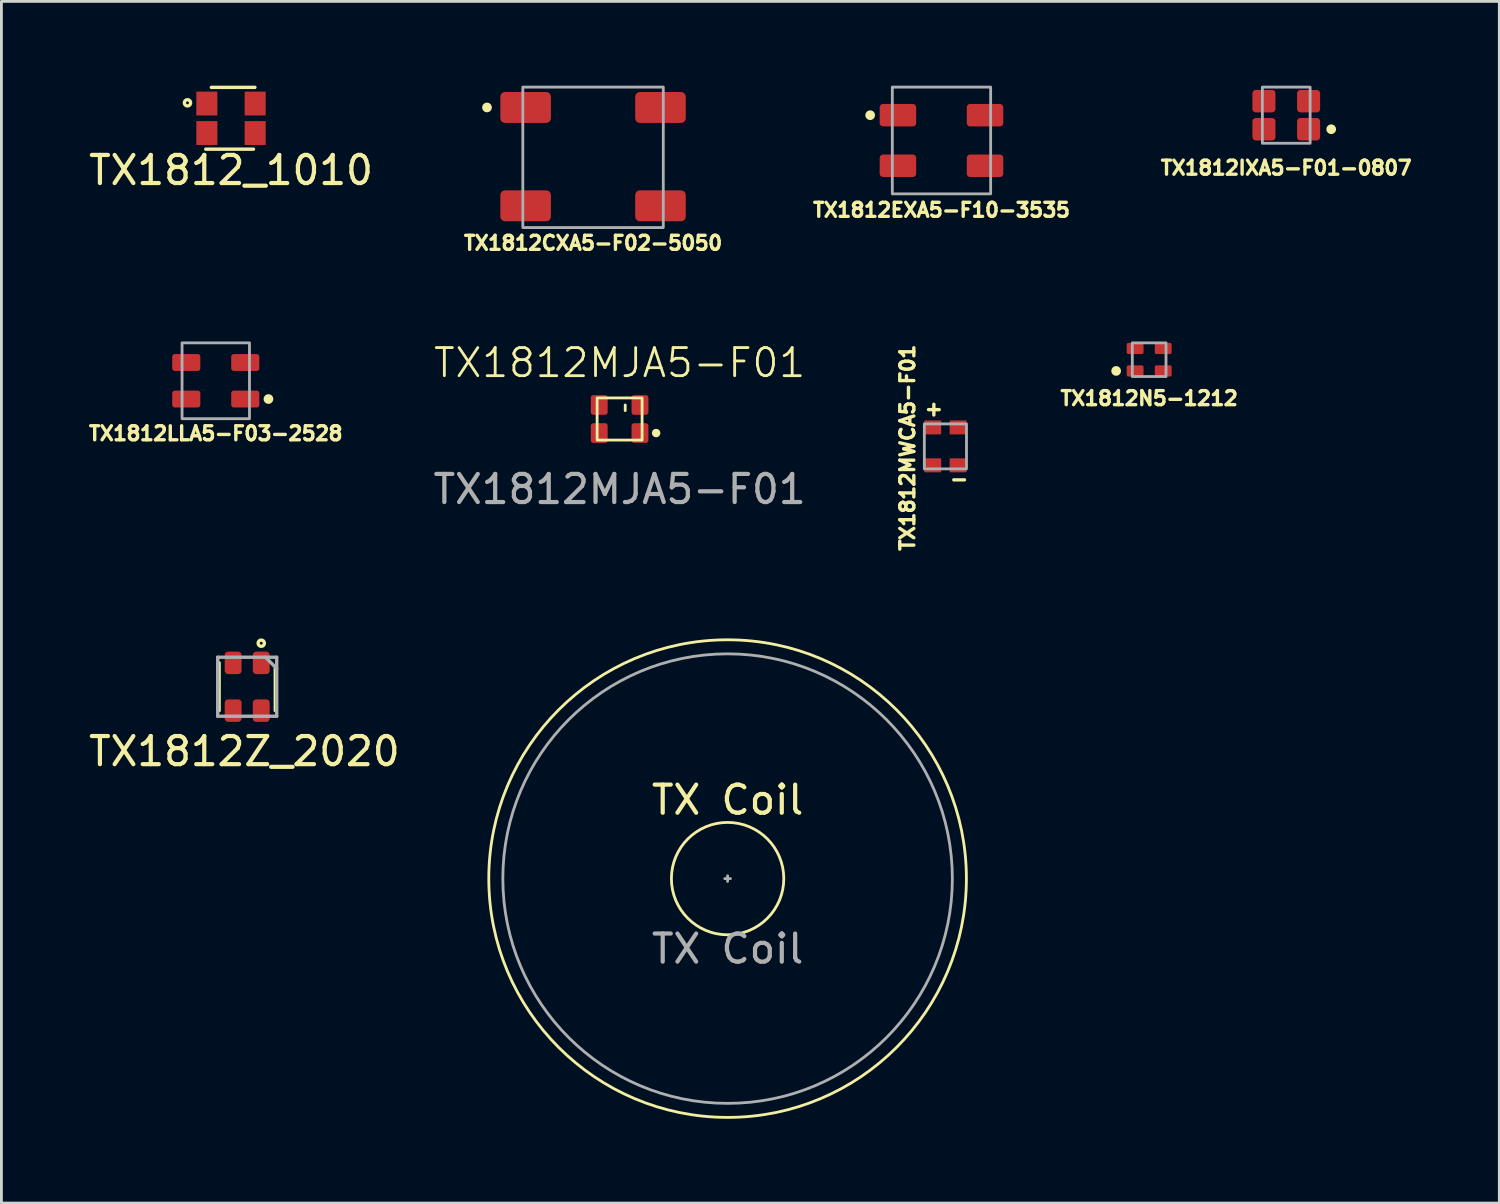
<source format=kicad_pcb>
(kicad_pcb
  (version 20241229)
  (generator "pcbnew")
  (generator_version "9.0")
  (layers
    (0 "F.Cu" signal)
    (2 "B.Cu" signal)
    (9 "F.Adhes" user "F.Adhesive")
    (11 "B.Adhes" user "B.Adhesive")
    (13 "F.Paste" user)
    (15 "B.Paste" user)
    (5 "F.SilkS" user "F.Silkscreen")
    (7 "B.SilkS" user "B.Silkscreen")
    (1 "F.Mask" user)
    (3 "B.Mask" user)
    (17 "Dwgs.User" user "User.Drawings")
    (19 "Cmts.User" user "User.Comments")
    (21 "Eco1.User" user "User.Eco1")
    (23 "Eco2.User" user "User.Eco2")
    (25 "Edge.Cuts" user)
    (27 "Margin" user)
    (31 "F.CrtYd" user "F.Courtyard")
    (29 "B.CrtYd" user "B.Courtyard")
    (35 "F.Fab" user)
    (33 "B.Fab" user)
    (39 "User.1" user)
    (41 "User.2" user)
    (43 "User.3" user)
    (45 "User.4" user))
  (footprint "TX1812_1010"
    (layer "F.Cu")
    (at 5.173 1.16)
    (property "Reference" "TX1812_1010" (at 0 1.85 0) (layer "F.SilkS") (effects (font (size 1 1) (thickness 0.15))))
    (attr through_hole)
    (fp_line (start -0.9 1.1) (end 0.8 1.1) (stroke (width 0.12) (type solid)) (layer "F.SilkS"))
    (fp_line (start -0.7 -1.1) (end 0.85 -1.1) (stroke (width 0.12) (type solid)) (layer "F.SilkS"))
    (fp_circle (center -1.55 -0.55) (end -1.45 -0.5) (stroke (width 0.12) (type solid)) (fill no) (layer "F.SilkS"))
    (pad "1" smd rect (at -0.86 -0.525) (size 0.75 0.85) (layers "F.Cu" "F.Mask" "F.Paste"))
    (pad "2" smd rect (at 0.86 -0.525) (size 0.75 0.85) (layers "F.Cu" "F.Mask" "F.Paste"))
    (pad "3" smd rect (at 0.86 0.525) (size 0.75 0.85) (layers "F.Cu" "F.Mask" "F.Paste"))
    (pad "4" smd rect (at -0.86 0.525) (size 0.75 0.85) (layers "F.Cu" "F.Mask" "F.Paste")))
  (footprint "TX1812CXA5-F02-5050"
    (layer "F.Cu")
    (at 18.059 2.525)
    (property "Reference" "TX1812CXA5-F02-5050" (at 0 3.075 0) (layer "F.SilkS") (effects (font (size 0.5 0.5) (thickness 0.12) (bold yes))))
    (attr through_hole)
    (fp_circle (center -3.775 -1.75) (end -3.663 -1.75) (stroke (width 0.12) (type solid)) (fill yes) (layer "F.SilkS"))
    (fp_rect (start -2.5 -2.475) (end 2.5 2.525) (stroke (width 0.1) (type default)) (fill no) (layer "F.Fab"))
    (pad "1" smd roundrect (at -2.4 -1.75) (size 1.8 1.1) (layers "F.Cu" "F.Mask" "F.Paste") (roundrect_rratio 0.15))
    (pad "2" smd roundrect (at -2.4 1.75) (size 1.8 1.1) (layers "F.Cu" "F.Mask" "F.Paste") (roundrect_rratio 0.15))
    (pad "3" smd roundrect (at 2.4 1.75) (size 1.8 1.1) (layers "F.Cu" "F.Mask" "F.Paste") (roundrect_rratio 0.15))
    (pad "4" smd roundrect (at 2.4 -1.75) (size 1.8 1.1) (layers "F.Cu" "F.Mask" "F.Paste") (roundrect_rratio 0.15)))
  (footprint "TX1812Z_2020"
    (layer "F.Cu")
    (at 5.749 21.394)
    (property "Reference" "TX1812Z_2020" (at -0.1 2.3 180) (layer "F.SilkS") (effects (font (size 1 1) (thickness 0.15))))
    (attr through_hole)
    (fp_line (start -1 0.85) (end -1 -0.85) (stroke (width 0.12) (type solid)) (layer "F.SilkS"))
    (fp_line (start 1 0.85) (end 1 -0.7) (stroke (width 0.12) (type solid)) (layer "F.SilkS"))
    (fp_circle (center 0.5 -1.55) (end 0.55 -1.65) (stroke (width 0.12) (type solid)) (fill no) (layer "F.SilkS"))
    (fp_line (start -1.05 -1.05) (end -1.05 0) (stroke (width 0.12) (type solid)) (layer "F.Fab"))
    (fp_line (start -1.05 0) (end -1.05 1.05) (stroke (width 0.12) (type solid)) (layer "F.Fab"))
    (fp_line (start -1.05 1.05) (end 1.05 1.05) (stroke (width 0.12) (type solid)) (layer "F.Fab"))
    (fp_line (start 0.65 -1.05) (end 1.05 -0.65) (stroke (width 0.12) (type solid)) (layer "F.Fab"))
    (fp_line (start 1.05 -1.05) (end -1.05 -1.05) (stroke (width 0.12) (type solid)) (layer "F.Fab"))
    (fp_line (start 1.05 1.05) (end 1.05 -1.05) (stroke (width 0.12) (type solid)) (layer "F.Fab"))
    (pad "1" smd roundrect (at 0.5 -0.85 90) (size 0.8 0.6) (layers "F.Cu" "F.Mask" "F.Paste") (roundrect_rratio 0.2))
    (pad "2" smd roundrect (at -0.5 -0.85 90) (size 0.8 0.6) (layers "F.Cu" "F.Mask" "F.Paste") (roundrect_rratio 0.2))
    (pad "3" smd roundrect (at -0.5 0.85 90) (size 0.8 0.6) (layers "F.Cu" "F.Mask" "F.Paste") (roundrect_rratio 0.2))
    (pad "4" smd roundrect (at 0.5 0.85 90) (size 0.8 0.6) (layers "F.Cu" "F.Mask" "F.Paste") (roundrect_rratio 0.2)))
  (footprint "TX1812LLA5-F03-2528"
    (layer "F.Cu")
    (at 4.63 10.503)
    (property "Reference" "TX1812LLA5-F03-2528" (at 0 1.875 0) (layer "F.SilkS") (effects (font (size 0.5 0.5) (thickness 0.12) (bold yes))))
    (attr through_hole)
    (fp_circle (center 1.875 0.65) (end 1.987 0.65) (stroke (width 0.12) (type solid)) (fill yes) (layer "F.SilkS"))
    (fp_rect (start -1.2 -1.35) (end 1.2 1.35) (stroke (width 0.1) (type default)) (fill no) (layer "F.Fab"))
    (pad "1" smd roundrect (at 1.05 0.65) (size 1 0.6) (layers "F.Cu" "F.Mask" "F.Paste") (roundrect_rratio 0.15))
    (pad "2" smd roundrect (at 1.05 -0.65) (size 1 0.6) (layers "F.Cu" "F.Mask" "F.Paste") (roundrect_rratio 0.15))
    (pad "3" smd roundrect (at -1.05 -0.65) (size 1 0.6) (layers "F.Cu" "F.Mask" "F.Paste") (roundrect_rratio 0.15))
    (pad "4" smd roundrect (at -1.05 0.65) (size 1 0.6) (layers "F.Cu" "F.Mask" "F.Paste") (roundrect_rratio 0.15)))
  (footprint "TX1812IXA5-F01-0807"
    (layer "F.Cu")
    (at 42.733 1.05)
    (property "Reference" "TX1812IXA5-F01-0807" (at 0 1.875 0) (layer "F.SilkS") (effects (font (size 0.5 0.5) (thickness 0.12) (bold yes))))
    (attr through_hole)
    (fp_circle (center 1.6 0.5) (end 1.712 0.5) (stroke (width 0.12) (type solid)) (fill yes) (layer "F.SilkS"))
    (fp_rect (start -0.85 -1) (end 0.85 1) (stroke (width 0.1) (type default)) (fill no) (layer "F.Fab"))
    (pad "1" smd roundrect (at 0.795 0.5) (size 0.82 0.8) (layers "F.Cu" "F.Mask" "F.Paste") (roundrect_rratio 0.15))
    (pad "2" smd roundrect (at 0.795 -0.5) (size 0.82 0.8) (layers "F.Cu" "F.Mask" "F.Paste") (roundrect_rratio 0.15))
    (pad "3" smd roundrect (at -0.795 -0.5) (size 0.82 0.8) (layers "F.Cu" "F.Mask" "F.Paste") (roundrect_rratio 0.15))
    (pad "4" smd roundrect (at -0.795 0.5) (size 0.82 0.8) (layers "F.Cu" "F.Mask" "F.Paste") (roundrect_rratio 0.15)))
  (footprint "TX1812N5-1212"
    (layer "F.Cu")
    (at 37.853 9.753)
    (property "Reference" "TX1812N5-1212" (at 0 1.375 0) (layer "F.SilkS") (effects (font (size 0.5 0.5) (thickness 0.12) (bold yes))))
    (attr through_hole)
    (fp_circle (center -1.175 0.4) (end -1.063 0.4) (stroke (width 0.12) (type solid)) (fill yes) (layer "F.SilkS"))
    (fp_rect (start -0.6 -0.6) (end 0.6 0.6) (stroke (width 0.1) (type default)) (fill no) (layer "F.Fab"))
    (pad "1" smd roundrect (at -0.5 0.4) (size 0.6 0.4) (layers "F.Cu" "F.Mask" "F.Paste") (roundrect_rratio 0.15))
    (pad "2" smd roundrect (at -0.5 -0.4) (size 0.6 0.4) (layers "F.Cu" "F.Mask" "F.Paste") (roundrect_rratio 0.15))
    (pad "3" smd roundrect (at 0.5 -0.4) (size 0.6 0.4) (layers "F.Cu" "F.Mask" "F.Paste") (roundrect_rratio 0.15))
    (pad "4" smd roundrect (at 0.5 0.4) (size 0.6 0.4) (layers "F.Cu" "F.Mask" "F.Paste") (roundrect_rratio 0.15)))
  (footprint "TX1812EXA5-F10-3535"
    (layer "F.Cu")
    (at 30.461 1.95)
    (property "Reference" "TX1812EXA5-F10-3535" (at 0 2.475 0) (layer "F.SilkS") (effects (font (size 0.5 0.5) (thickness 0.12) (bold yes))))
    (attr smd)
    (fp_circle (center -2.538 -0.9) (end -2.426 -0.9) (stroke (width 0.12) (type solid)) (fill yes) (layer "F.SilkS"))
    (fp_rect (start -1.75 -1.9) (end 1.75 1.9) (stroke (width 0.1) (type default)) (fill no) (layer "F.Fab"))
    (pad "1" smd roundrect (at -1.55 -0.9) (size 1.3 0.8) (layers "F.Cu" "F.Mask" "F.Paste") (roundrect_rratio 0.15))
    (pad "2" smd roundrect (at -1.55 0.9) (size 1.3 0.8) (layers "F.Cu" "F.Mask" "F.Paste") (roundrect_rratio 0.15))
    (pad "3" smd roundrect (at 1.55 0.9) (size 1.3 0.8) (layers "F.Cu" "F.Mask" "F.Paste") (roundrect_rratio 0.15))
    (pad "4" smd roundrect (at 1.55 -0.9) (size 1.3 0.8) (layers "F.Cu" "F.Mask" "F.Paste") (roundrect_rratio 0.15)))
  (footprint "TX Coil"
    (layer "F.Cu")
    (at 22.848 28.223)
    (property "Reference" "TX Coil" (at 0 -2.8 0) (unlocked yes) (layer "F.SilkS") (effects (font (size 1 1) (thickness 0.15))))
    (attr smd)
    (fp_circle (center 0 0) (end 2 0) (stroke (width 0.1) (type solid)) (fill no) (layer "F.SilkS"))
    (fp_circle (center 0 0) (end 8.5 0) (stroke (width 0.1) (type solid)) (fill no) (layer "F.SilkS"))
    (fp_line (start -0.1 0) (end 0.1 0) (stroke (width 0.1) (type solid)) (layer "F.Fab"))
    (fp_line (start 0 0.1) (end 0 -0.1) (stroke (width 0.1) (type solid)) (layer "F.Fab"))
    (fp_circle (center 0 0) (end 8 0) (stroke (width 0.1) (type solid)) (fill no) (layer "F.Fab"))
    (fp_text user "${REFERENCE}" (at 0 2.5 0) (unlocked yes) (layer "F.Fab") (effects (font (size 1 1) (thickness 0.15)))))
  (footprint "TX1812MJA5-F01"
    (layer "F.Cu")
    (at 19.004 11.864)
    (property "Reference" "TX1812MJA5-F01" (at 0 -2 0) (unlocked yes) (layer "F.SilkS") (effects (font (size 1 1) (thickness 0.1))))
    (attr smd)
    (fp_line (start 0.2 -0.5) (end 0.2 -0.3) (stroke (width 0.1) (type default)) (layer "F.SilkS"))
    (fp_rect (start -0.8 -0.75) (end 0.8 0.75) (stroke (width 0.1) (type solid)) (fill no) (layer "F.SilkS"))
    (fp_circle (center 1.3 0.5) (end 1.4 0.5) (stroke (width 0.1) (type solid)) (fill yes) (layer "F.SilkS"))
    (fp_text user "${REFERENCE}" (at 0 2.5 0) (unlocked yes) (layer "F.Fab") (effects (font (size 1 1) (thickness 0.15))))
    (pad "1" smd roundrect (at 0.725 0.5 90) (size 0.7 0.6) (layers "F.Cu" "F.Mask" "F.Paste") (roundrect_rratio 0.15))
    (pad "2" smd roundrect (at 0.725 -0.5 90) (size 0.7 0.6) (layers "F.Cu" "F.Mask" "F.Paste") (roundrect_rratio 0.15))
    (pad "3" smd roundrect (at -0.725 -0.5 90) (size 0.7 0.6) (layers "F.Cu" "F.Mask" "F.Paste") (roundrect_rratio 0.15))
    (pad "4" smd roundrect (at -0.725 0.5 90) (size 0.7 0.6) (layers "F.Cu" "F.Mask" "F.Paste") (roundrect_rratio 0.15)))
  (footprint "TX1812MWCA5-F01"
    (layer "F.Cu")
    (at 30.601 12.838)
    (property "Reference" "TX1812MWCA5-F01" (at -1.35 0.05 90) (unlocked yes) (layer "F.SilkS") (effects (font (size 0.5 0.5) (thickness 0.12) (bold yes))))
    (attr smd)
    (fp_rect (start -0.75 -0.8) (end 0.75 0.8) (stroke (width 0.1) (type default)) (fill no) (layer "F.Fab"))
    (fp_text user "-" (at 0.1 1.45 0) (unlocked yes) (layer "F.SilkS") (effects (font (size 0.5 0.5) (thickness 0.12) (bold yes)) (justify left bottom)))
    (fp_text user "+" (at -0.8 -1.05 0) (unlocked yes) (layer "F.SilkS") (effects (font (size 0.5 0.5) (thickness 0.12) (bold yes)) (justify left bottom)))
    (pad "1" smd roundrect (at -0.45 0.675) (size 0.6 0.5) (layers "F.Cu" "F.Mask" "F.Paste") (roundrect_rratio 0.05))
    (pad "2" smd roundrect (at 0.45 0.675) (size 0.6 0.5) (layers "F.Cu" "F.Mask" "F.Paste") (roundrect_rratio 0.05))
    (pad "3" smd roundrect (at 0.45 -0.675) (size 0.6 0.5) (layers "F.Cu" "F.Mask" "F.Paste") (roundrect_rratio 0.05))
    (pad "4" smd roundrect (at -0.45 -0.675) (size 0.6 0.5) (layers "F.Cu" "F.Mask" "F.Paste") (roundrect_rratio 0.05)))
  (gr_rect
    (start -3 -3)
    (end 50.316 39.773)
    (stroke (width 0.1) (type default))
    (fill no)
    (layer "Edge.Cuts")))
</source>
